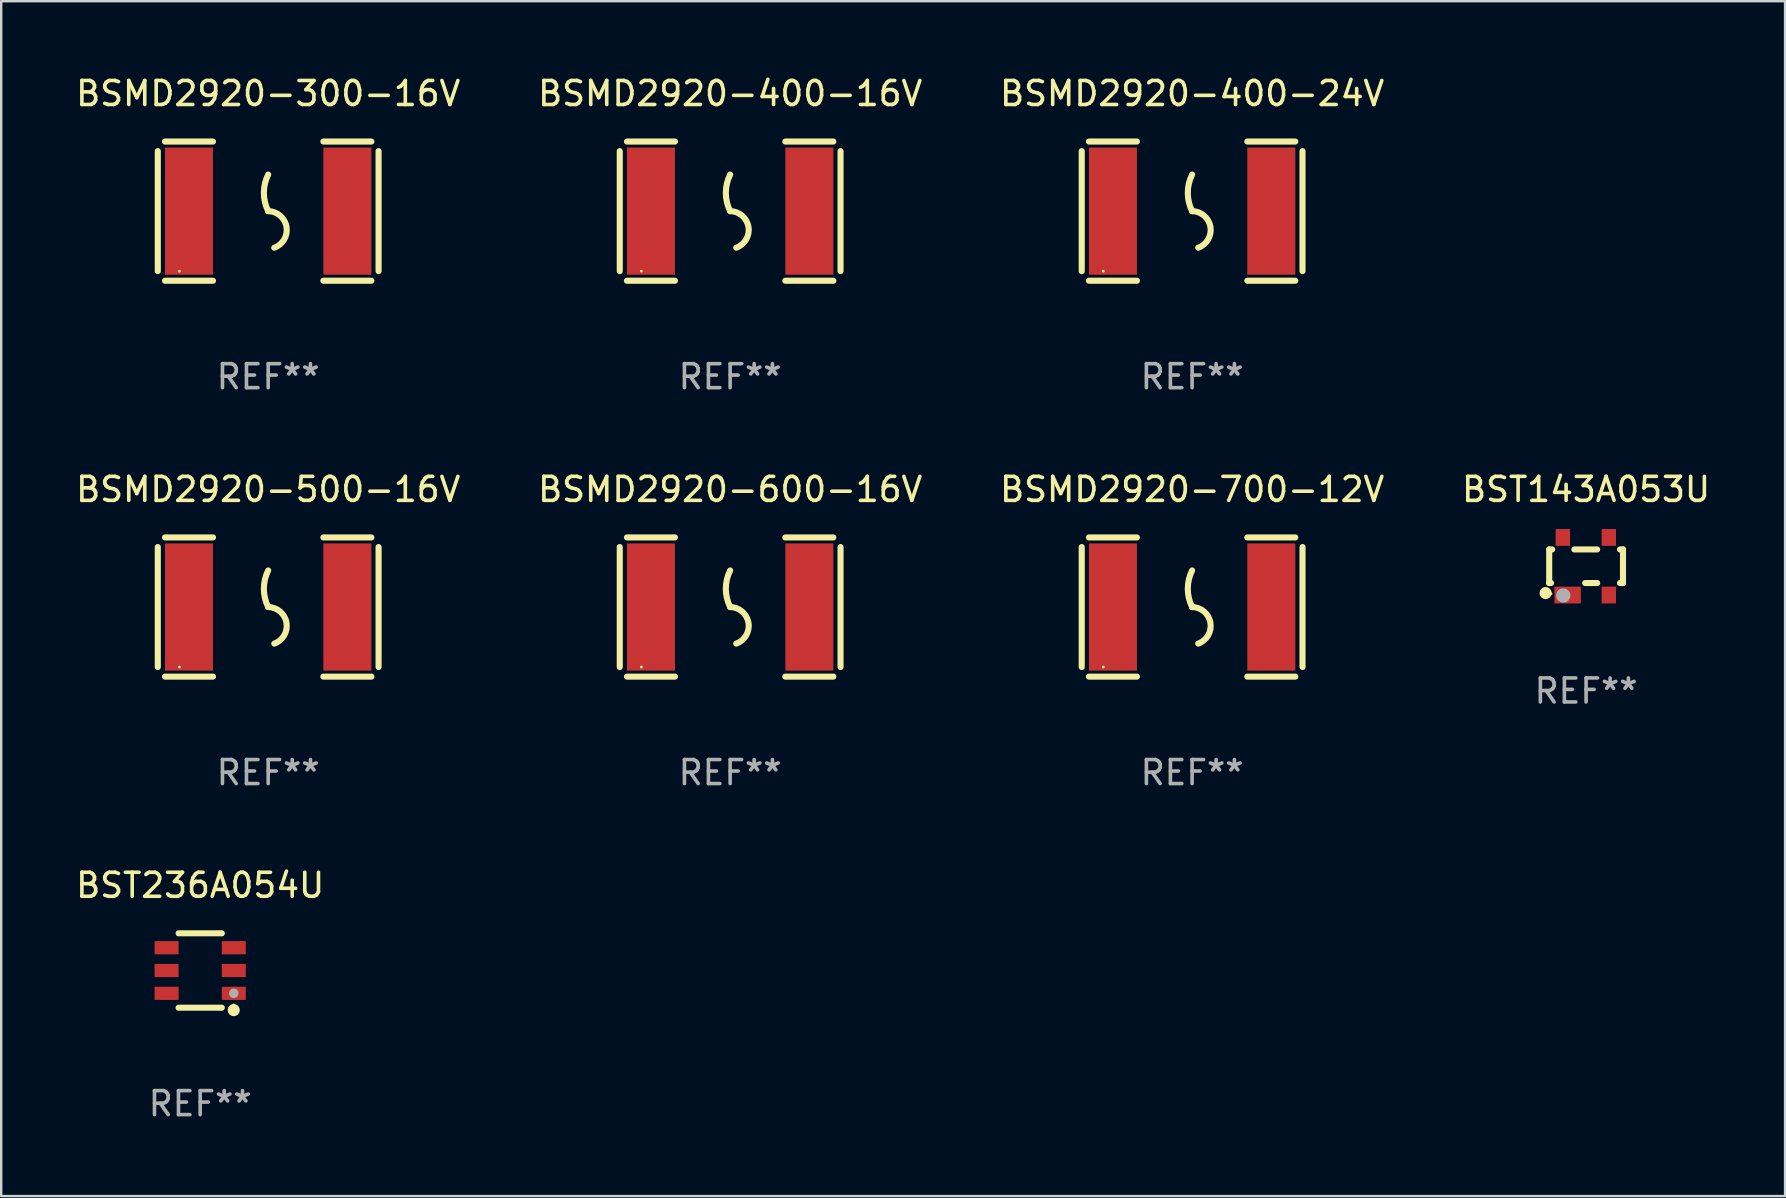
<source format=kicad_pcb>
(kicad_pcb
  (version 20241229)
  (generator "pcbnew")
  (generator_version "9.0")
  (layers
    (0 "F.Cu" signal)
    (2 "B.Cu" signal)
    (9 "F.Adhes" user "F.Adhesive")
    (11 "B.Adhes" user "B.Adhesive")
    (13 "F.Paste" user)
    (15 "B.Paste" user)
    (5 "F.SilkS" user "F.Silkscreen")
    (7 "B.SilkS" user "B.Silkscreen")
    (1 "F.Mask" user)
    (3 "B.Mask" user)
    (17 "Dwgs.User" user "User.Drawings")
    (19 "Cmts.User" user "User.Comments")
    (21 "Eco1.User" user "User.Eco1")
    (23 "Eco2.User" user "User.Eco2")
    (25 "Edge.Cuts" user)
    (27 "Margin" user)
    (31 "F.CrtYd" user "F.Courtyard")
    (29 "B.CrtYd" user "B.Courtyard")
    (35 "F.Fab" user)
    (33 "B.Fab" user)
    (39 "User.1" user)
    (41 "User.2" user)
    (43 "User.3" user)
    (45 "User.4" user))
  (footprint "BSMD2920-400-24V"
    (layer "F.Cu")
    (at 46.625 5.748)
    (property "Reference" "BSMD2920-400-24V" (at 0 -4.9 0) (layer "F.SilkS") (effects (font (size 1 1) (thickness 0.15))))
    (attr through_hole)
    (fp_line (start -4.6 -2.5) (end -4.6 2.5) (stroke (width 0.254) (type solid)) (layer "F.SilkS"))
    (fp_line (start -4.3 -2.9) (end -2.3 -2.9) (stroke (width 0.254) (type solid)) (layer "F.SilkS"))
    (fp_line (start -4.3 2.9) (end -2.3 2.9) (stroke (width 0.254) (type solid)) (layer "F.SilkS"))
    (fp_line (start 2.3 -2.9) (end 4.3 -2.9) (stroke (width 0.254) (type solid)) (layer "F.SilkS"))
    (fp_line (start 2.3 2.9) (end 4.3 2.9) (stroke (width 0.254) (type solid)) (layer "F.SilkS"))
    (fp_line (start 4.6 -2.5) (end 4.6 2.5) (stroke (width 0.254) (type solid)) (layer "F.SilkS"))
    (fp_arc (start 0 0) (mid -0.179884 -0.762002) (end 0 -1.524003) (stroke (width 0.254001) (type solid)) (layer "F.SilkS"))
    (fp_arc (start 0 0) (mid 0.763086 0.655987) (end 0.254001 1.524003) (stroke (width 0.254001) (type solid)) (layer "F.SilkS"))
    (fp_circle (center -3.7 2.5) (end -3.67 2.5) (stroke (width 0.06) (type solid)) (fill no) (layer "F.SilkS"))
    (fp_text user "REF**" (at 0 6.9 0) (layer "F.Fab") (effects (font (size 1 1) (thickness 0.15))))
    (pad "1" smd rect (at -3.3 0) (size 2 5.3) (layers "F.Cu" "F.Mask" "F.Paste"))
    (pad "2" smd rect (at 3.3 0) (size 2 5.3) (layers "F.Cu" "F.Mask" "F.Paste")))
  (footprint "BSMD2920-700-12V"
    (layer "F.Cu")
    (at 46.625 22.245)
    (property "Reference" "BSMD2920-700-12V" (at 0 -4.9 0) (layer "F.SilkS") (effects (font (size 1 1) (thickness 0.15))))
    (attr through_hole)
    (fp_line (start -4.6 -2.5) (end -4.6 2.5) (stroke (width 0.254) (type solid)) (layer "F.SilkS"))
    (fp_line (start -4.3 -2.9) (end -2.3 -2.9) (stroke (width 0.254) (type solid)) (layer "F.SilkS"))
    (fp_line (start -4.3 2.9) (end -2.3 2.9) (stroke (width 0.254) (type solid)) (layer "F.SilkS"))
    (fp_line (start 2.3 -2.9) (end 4.3 -2.9) (stroke (width 0.254) (type solid)) (layer "F.SilkS"))
    (fp_line (start 2.3 2.9) (end 4.3 2.9) (stroke (width 0.254) (type solid)) (layer "F.SilkS"))
    (fp_line (start 4.6 -2.5) (end 4.6 2.5) (stroke (width 0.254) (type solid)) (layer "F.SilkS"))
    (fp_arc (start 0 0) (mid -0.179884 -0.762002) (end 0 -1.524003) (stroke (width 0.254001) (type solid)) (layer "F.SilkS"))
    (fp_arc (start 0 0) (mid 0.763086 0.655987) (end 0.254001 1.524003) (stroke (width 0.254001) (type solid)) (layer "F.SilkS"))
    (fp_circle (center -3.7 2.5) (end -3.67 2.5) (stroke (width 0.06) (type solid)) (fill no) (layer "F.SilkS"))
    (fp_text user "REF**" (at 0 6.9 0) (layer "F.Fab") (effects (font (size 1 1) (thickness 0.15))))
    (pad "1" smd rect (at -3.3 0) (size 2 5.3) (layers "F.Cu" "F.Mask" "F.Paste"))
    (pad "2" smd rect (at 3.3 0) (size 2 5.3) (layers "F.Cu" "F.Mask" "F.Paste")))
  (footprint "BSMD2920-400-16V"
    (layer "F.Cu")
    (at 27.375 5.748)
    (property "Reference" "BSMD2920-400-16V" (at 0 -4.9 0) (layer "F.SilkS") (effects (font (size 1 1) (thickness 0.15))))
    (attr through_hole)
    (fp_line (start -4.6 -2.5) (end -4.6 2.5) (stroke (width 0.254) (type solid)) (layer "F.SilkS"))
    (fp_line (start -4.3 -2.9) (end -2.3 -2.9) (stroke (width 0.254) (type solid)) (layer "F.SilkS"))
    (fp_line (start -4.3 2.9) (end -2.3 2.9) (stroke (width 0.254) (type solid)) (layer "F.SilkS"))
    (fp_line (start 2.3 -2.9) (end 4.3 -2.9) (stroke (width 0.254) (type solid)) (layer "F.SilkS"))
    (fp_line (start 2.3 2.9) (end 4.3 2.9) (stroke (width 0.254) (type solid)) (layer "F.SilkS"))
    (fp_line (start 4.6 -2.5) (end 4.6 2.5) (stroke (width 0.254) (type solid)) (layer "F.SilkS"))
    (fp_arc (start 0 0) (mid -0.179884 -0.762002) (end 0 -1.524003) (stroke (width 0.254001) (type solid)) (layer "F.SilkS"))
    (fp_arc (start 0 0) (mid 0.763086 0.655987) (end 0.254001 1.524003) (stroke (width 0.254001) (type solid)) (layer "F.SilkS"))
    (fp_circle (center -3.7 2.5) (end -3.67 2.5) (stroke (width 0.06) (type solid)) (fill no) (layer "F.SilkS"))
    (fp_text user "REF**" (at 0 6.9 0) (layer "F.Fab") (effects (font (size 1 1) (thickness 0.15))))
    (pad "1" smd rect (at -3.3 0) (size 2 5.3) (layers "F.Cu" "F.Mask" "F.Paste"))
    (pad "2" smd rect (at 3.3 0) (size 2 5.3) (layers "F.Cu" "F.Mask" "F.Paste")))
  (footprint "BSMD2920-500-16V"
    (layer "F.Cu")
    (at 8.125 22.245)
    (property "Reference" "BSMD2920-500-16V" (at 0 -4.9 0) (layer "F.SilkS") (effects (font (size 1 1) (thickness 0.15))))
    (attr through_hole)
    (fp_line (start -4.6 -2.5) (end -4.6 2.5) (stroke (width 0.254) (type solid)) (layer "F.SilkS"))
    (fp_line (start -4.3 -2.9) (end -2.3 -2.9) (stroke (width 0.254) (type solid)) (layer "F.SilkS"))
    (fp_line (start -4.3 2.9) (end -2.3 2.9) (stroke (width 0.254) (type solid)) (layer "F.SilkS"))
    (fp_line (start 2.3 -2.9) (end 4.3 -2.9) (stroke (width 0.254) (type solid)) (layer "F.SilkS"))
    (fp_line (start 2.3 2.9) (end 4.3 2.9) (stroke (width 0.254) (type solid)) (layer "F.SilkS"))
    (fp_line (start 4.6 -2.5) (end 4.6 2.5) (stroke (width 0.254) (type solid)) (layer "F.SilkS"))
    (fp_arc (start 0 0) (mid -0.179884 -0.762002) (end 0 -1.524003) (stroke (width 0.254001) (type solid)) (layer "F.SilkS"))
    (fp_arc (start 0 0) (mid 0.763086 0.655987) (end 0.254001 1.524003) (stroke (width 0.254001) (type solid)) (layer "F.SilkS"))
    (fp_circle (center -3.7 2.5) (end -3.67 2.5) (stroke (width 0.06) (type solid)) (fill no) (layer "F.SilkS"))
    (fp_text user "REF**" (at 0 6.9 0) (layer "F.Fab") (effects (font (size 1 1) (thickness 0.15))))
    (pad "1" smd rect (at -3.3 0) (size 2 5.3) (layers "F.Cu" "F.Mask" "F.Paste"))
    (pad "2" smd rect (at 3.3 0) (size 2 5.3) (layers "F.Cu" "F.Mask" "F.Paste")))
  (footprint "BST236A054U"
    (layer "F.Cu")
    (at 5.292 37.391)
    (property "Reference" "BST236A054U" (at 0 -3.55 0) (layer "F.SilkS") (effects (font (size 1 1) (thickness 0.15))))
    (attr through_hole)
    (fp_line (start -0.9 -1.55) (end 0.9 -1.55) (stroke (width 0.254) (type solid)) (layer "F.SilkS"))
    (fp_line (start -0.9 1.55) (end 0.9 1.55) (stroke (width 0.254) (type solid)) (layer "F.SilkS"))
    (fp_circle (center 1.397 1.651) (end 1.524 1.651) (stroke (width 0.254) (type solid)) (fill no) (layer "F.SilkS"))
    (fp_circle (center 1.4 1.435) (end 1.43 1.435) (stroke (width 0.06) (type solid)) (fill no) (layer "F.SilkS"))
    (fp_circle (center 1.4 0.95) (end 1.5 0.95) (stroke (width 0.2) (type solid)) (fill no) (layer "F.Fab"))
    (fp_text user "REF**" (at 0 5.55 0) (layer "F.Fab") (effects (font (size 1 1) (thickness 0.15))))
    (pad "1" smd rect (at 1.4 0.95) (size 1 0.55) (layers "F.Cu" "F.Mask" "F.Paste"))
    (pad "2" smd rect (at 1.4 -0.000102) (size 1 0.55) (layers "F.Cu" "F.Mask" "F.Paste"))
    (pad "3" smd rect (at 1.4 -0.95) (size 1 0.55) (layers "F.Cu" "F.Mask" "F.Paste"))
    (pad "4" smd rect (at -1.4 -0.95) (size 1 0.55) (layers "F.Cu" "F.Mask" "F.Paste"))
    (pad "5" smd rect (at -1.4 -0.000102) (size 1 0.55) (layers "F.Cu" "F.Mask" "F.Paste"))
    (pad "6" smd rect (at -1.4 0.95) (size 1 0.55) (layers "F.Cu" "F.Mask" "F.Paste")))
  (footprint "BSMD2920-600-16V"
    (layer "F.Cu")
    (at 27.375 22.245)
    (property "Reference" "BSMD2920-600-16V" (at 0 -4.9 0) (layer "F.SilkS") (effects (font (size 1 1) (thickness 0.15))))
    (attr through_hole)
    (fp_line (start -4.6 -2.5) (end -4.6 2.5) (stroke (width 0.254) (type solid)) (layer "F.SilkS"))
    (fp_line (start -4.3 -2.9) (end -2.3 -2.9) (stroke (width 0.254) (type solid)) (layer "F.SilkS"))
    (fp_line (start -4.3 2.9) (end -2.3 2.9) (stroke (width 0.254) (type solid)) (layer "F.SilkS"))
    (fp_line (start 2.3 -2.9) (end 4.3 -2.9) (stroke (width 0.254) (type solid)) (layer "F.SilkS"))
    (fp_line (start 2.3 2.9) (end 4.3 2.9) (stroke (width 0.254) (type solid)) (layer "F.SilkS"))
    (fp_line (start 4.6 -2.5) (end 4.6 2.5) (stroke (width 0.254) (type solid)) (layer "F.SilkS"))
    (fp_arc (start 0 0) (mid -0.179884 -0.762002) (end 0 -1.524003) (stroke (width 0.254001) (type solid)) (layer "F.SilkS"))
    (fp_arc (start 0 0) (mid 0.763086 0.655987) (end 0.254001 1.524003) (stroke (width 0.254001) (type solid)) (layer "F.SilkS"))
    (fp_circle (center -3.7 2.5) (end -3.67 2.5) (stroke (width 0.06) (type solid)) (fill no) (layer "F.SilkS"))
    (fp_text user "REF**" (at 0 6.9 0) (layer "F.Fab") (effects (font (size 1 1) (thickness 0.15))))
    (pad "1" smd rect (at -3.3 0) (size 2 5.3) (layers "F.Cu" "F.Mask" "F.Paste"))
    (pad "2" smd rect (at 3.3 0) (size 2 5.3) (layers "F.Cu" "F.Mask" "F.Paste")))
  (footprint "BST143A053U"
    (layer "F.Cu")
    (at 63.042 20.545)
    (property "Reference" "BST143A053U" (at 0 -3.2 0) (layer "F.SilkS") (effects (font (size 1 1) (thickness 0.15))))
    (attr through_hole)
    (fp_line (start -1.537 -0.7) (end -1.412 -0.7) (stroke (width 0.254) (type solid)) (layer "F.SilkS"))
    (fp_line (start -1.537 0.7) (end -1.537 -0.7) (stroke (width 0.254) (type solid)) (layer "F.SilkS"))
    (fp_line (start -1.537 0.7) (end -1.462 0.7) (stroke (width 0.254) (type solid)) (layer "F.SilkS"))
    (fp_line (start -0.488 -0.7) (end 0.462 -0.7) (stroke (width 0.254) (type solid)) (layer "F.SilkS"))
    (fp_line (start -0.038 0.7) (end 0.462 0.7) (stroke (width 0.254) (type solid)) (layer "F.SilkS"))
    (fp_line (start 1.412 -0.7) (end 1.537 -0.7) (stroke (width 0.254) (type solid)) (layer "F.SilkS"))
    (fp_line (start 1.412 0.7) (end 1.537 0.7) (stroke (width 0.254) (type solid)) (layer "F.SilkS"))
    (fp_line (start 1.537 0.7) (end 1.537 -0.7) (stroke (width 0.254) (type solid)) (layer "F.SilkS"))
    (fp_circle (center -1.687 1.118) (end -1.56 1.118) (stroke (width 0.254) (type solid)) (fill no) (layer "F.SilkS"))
    (fp_circle (center -1.461 1.15) (end -1.431 1.15) (stroke (width 0.06) (type solid)) (fill no) (layer "F.SilkS"))
    (fp_circle (center -0.951 1.219) (end -0.801 1.219) (stroke (width 0.3) (type solid)) (fill no) (layer "F.Fab"))
    (fp_text user "REF**" (at 0 5.2 0) (layer "F.Fab") (effects (font (size 1 1) (thickness 0.15))))
    (pad "1" smd rect (at -0.769 1.2) (size 1.1 0.7) (layers "F.Cu" "F.Mask" "F.Paste"))
    (pad "2" smd rect (at 0.947 1.2) (size 0.6 0.7) (layers "F.Cu" "F.Mask" "F.Paste"))
    (pad "3" smd rect (at 0.947 -1.2) (size 0.6 0.7) (layers "F.Cu" "F.Mask" "F.Paste"))
    (pad "4" smd rect (at -0.969 -1.2) (size 0.6 0.7) (layers "F.Cu" "F.Mask" "F.Paste")))
  (footprint "BSMD2920-300-16V"
    (layer "F.Cu")
    (at 8.125 5.748)
    (property "Reference" "BSMD2920-300-16V" (at 0 -4.9 0) (layer "F.SilkS") (effects (font (size 1 1) (thickness 0.15))))
    (attr through_hole)
    (fp_line (start -4.6 -2.5) (end -4.6 2.5) (stroke (width 0.254) (type solid)) (layer "F.SilkS"))
    (fp_line (start -4.3 -2.9) (end -2.3 -2.9) (stroke (width 0.254) (type solid)) (layer "F.SilkS"))
    (fp_line (start -4.3 2.9) (end -2.3 2.9) (stroke (width 0.254) (type solid)) (layer "F.SilkS"))
    (fp_line (start 2.3 -2.9) (end 4.3 -2.9) (stroke (width 0.254) (type solid)) (layer "F.SilkS"))
    (fp_line (start 2.3 2.9) (end 4.3 2.9) (stroke (width 0.254) (type solid)) (layer "F.SilkS"))
    (fp_line (start 4.6 -2.5) (end 4.6 2.5) (stroke (width 0.254) (type solid)) (layer "F.SilkS"))
    (fp_arc (start 0 0) (mid -0.179884 -0.762002) (end 0 -1.524003) (stroke (width 0.254001) (type solid)) (layer "F.SilkS"))
    (fp_arc (start 0 0) (mid 0.763086 0.655987) (end 0.254001 1.524003) (stroke (width 0.254001) (type solid)) (layer "F.SilkS"))
    (fp_circle (center -3.7 2.5) (end -3.67 2.5) (stroke (width 0.06) (type solid)) (fill no) (layer "F.SilkS"))
    (fp_text user "REF**" (at 0 6.9 0) (layer "F.Fab") (effects (font (size 1 1) (thickness 0.15))))
    (pad "1" smd rect (at -3.3 0) (size 2 5.3) (layers "F.Cu" "F.Mask" "F.Paste"))
    (pad "2" smd rect (at 3.3 0) (size 2 5.3) (layers "F.Cu" "F.Mask" "F.Paste")))
  (gr_rect
    (start -3 -3)
    (end 71.333 46.79)
    (stroke (width 0.1) (type default))
    (fill no)
    (layer "Edge.Cuts")))
</source>
